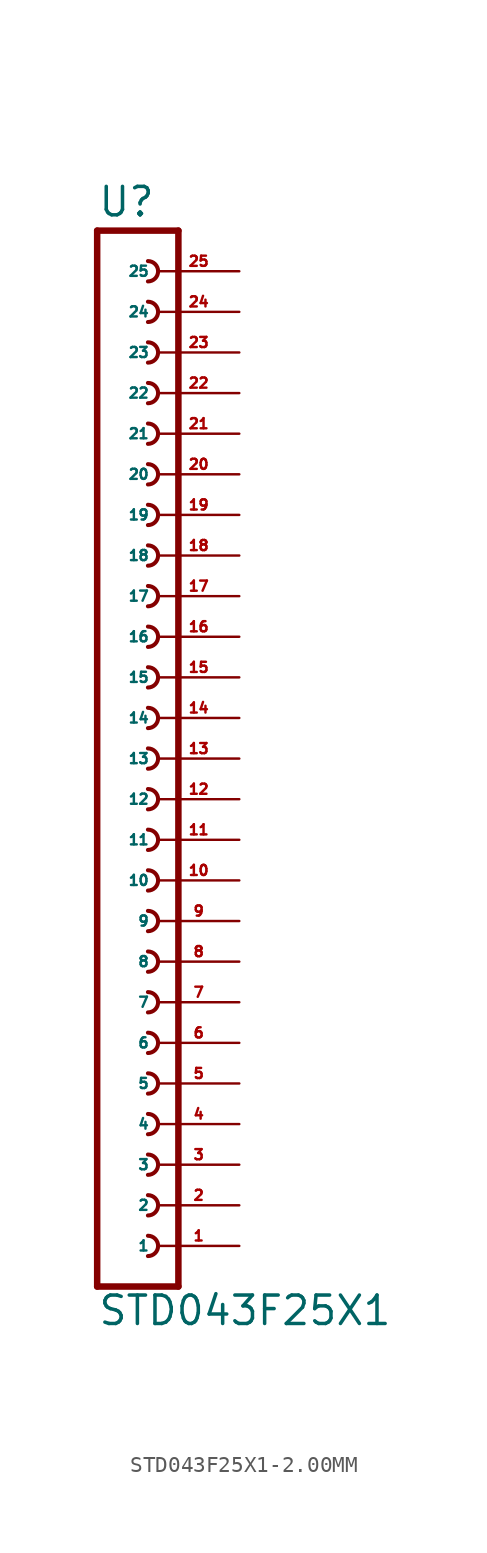
<source format=kicad_sym>
(kicad_symbol_lib
  (version 20220914)
  (generator Eagle2Kicad)
  (symbol "STD043F25X1-2.00MM"
    (property "Reference" "U"
      (at -1.27 33.782 0)
      (effects (font (size 1.778 1.778) (thickness 0.22)) (justify left bottom)))
    (property "Value" "STD043F25X1"
      (at -1.27 -35.56 0)
      (effects (font (size 1.778 1.778) (thickness 0.22)) (justify left bottom)))
    (polyline
      (pts (xy 3.81 -33.02) (xy -1.27 -33.02))
      (stroke (width 0.406) (type default))
      (fill (type none)))
    (arc
      (start 1.905 -13.335)
      (mid 2.540 -12.700)
      (end 1.905 -12.065)
      (stroke (width 0.254) (type default))
      (fill (type none)))
    (arc
      (start 1.905 -15.875)
      (mid 2.540 -15.240)
      (end 1.905 -14.605)
      (stroke (width 0.254) (type default))
      (fill (type none)))
    (arc
      (start 1.905 -18.415)
      (mid 2.540 -17.780)
      (end 1.905 -17.145)
      (stroke (width 0.254) (type default))
      (fill (type none)))
    (arc
      (start 1.905 -8.255)
      (mid 2.540 -7.620)
      (end 1.905 -6.985)
      (stroke (width 0.254) (type default))
      (fill (type none)))
    (arc
      (start 1.905 -10.795)
      (mid 2.540 -10.160)
      (end 1.905 -9.525)
      (stroke (width 0.254) (type default))
      (fill (type none)))
    (arc
      (start 1.905 -0.635)
      (mid 2.540 0.000)
      (end 1.905 0.635)
      (stroke (width 0.254) (type default))
      (fill (type none)))
    (arc
      (start 1.905 -3.175)
      (mid 2.540 -2.540)
      (end 1.905 -1.905)
      (stroke (width 0.254) (type default))
      (fill (type none)))
    (arc
      (start 1.905 -5.715)
      (mid 2.540 -5.080)
      (end 1.905 -4.445)
      (stroke (width 0.254) (type default))
      (fill (type none)))
    (arc
      (start 1.905 4.445)
      (mid 2.540 5.080)
      (end 1.905 5.715)
      (stroke (width 0.254) (type default))
      (fill (type none)))
    (arc
      (start 1.905 1.905)
      (mid 2.540 2.540)
      (end 1.905 3.175)
      (stroke (width 0.254) (type default))
      (fill (type none)))
    (arc
      (start 1.905 12.065)
      (mid 2.540 12.700)
      (end 1.905 13.335)
      (stroke (width 0.254) (type default))
      (fill (type none)))
    (arc
      (start 1.905 9.525)
      (mid 2.540 10.160)
      (end 1.905 10.795)
      (stroke (width 0.254) (type default))
      (fill (type none)))
    (arc
      (start 1.905 6.985)
      (mid 2.540 7.620)
      (end 1.905 8.255)
      (stroke (width 0.254) (type default))
      (fill (type none)))
    (arc
      (start 1.905 17.145)
      (mid 2.540 17.780)
      (end 1.905 18.415)
      (stroke (width 0.254) (type default))
      (fill (type none)))
    (arc
      (start 1.905 14.605)
      (mid 2.540 15.240)
      (end 1.905 15.875)
      (stroke (width 0.254) (type default))
      (fill (type none)))
    (polyline
      (pts (xy -1.27 33.02) (xy -1.27 -33.02))
      (stroke (width 0.406) (type default))
      (fill (type none)))
    (polyline
      (pts (xy 3.81 -33.02) (xy 3.81 33.02))
      (stroke (width 0.406) (type default))
      (fill (type none)))
    (polyline
      (pts (xy -1.27 33.02) (xy 3.81 33.02))
      (stroke (width 0.406) (type default))
      (fill (type none)))
    (arc
      (start 1.905 19.685)
      (mid 2.540 20.320)
      (end 1.905 20.955)
      (stroke (width 0.254) (type default))
      (fill (type none)))
    (arc
      (start 1.905 -20.955)
      (mid 2.540 -20.320)
      (end 1.905 -19.685)
      (stroke (width 0.254) (type default))
      (fill (type none)))
    (arc
      (start 1.905 22.225)
      (mid 2.540 22.860)
      (end 1.905 23.495)
      (stroke (width 0.254) (type default))
      (fill (type none)))
    (arc
      (start 1.905 -23.495)
      (mid 2.540 -22.860)
      (end 1.905 -22.225)
      (stroke (width 0.254) (type default))
      (fill (type none)))
    (arc
      (start 1.905 24.765)
      (mid 2.540 25.400)
      (end 1.905 26.035)
      (stroke (width 0.254) (type default))
      (fill (type none)))
    (arc
      (start 1.905 27.305)
      (mid 2.540 27.940)
      (end 1.905 28.575)
      (stroke (width 0.254) (type default))
      (fill (type none)))
    (arc
      (start 1.905 29.845)
      (mid 2.540 30.480)
      (end 1.905 31.115)
      (stroke (width 0.254) (type default))
      (fill (type none)))
    (arc
      (start 1.905 -26.035)
      (mid 2.540 -25.400)
      (end 1.905 -24.765)
      (stroke (width 0.254) (type default))
      (fill (type none)))
    (arc
      (start 1.905 -28.575)
      (mid 2.540 -27.940)
      (end 1.905 -27.305)
      (stroke (width 0.254) (type default))
      (fill (type none)))
    (arc
      (start 1.905 -31.115)
      (mid 2.540 -30.480)
      (end 1.905 -29.845)
      (stroke (width 0.254) (type default))
      (fill (type none)))
    (pin passive line
      (at 7.62 -30.48 180)
      (length 5.08)
      (name "1" (effects (font (size 0.635 0.635) (thickness 0.08)) (justify left bottom)))
      (number "1" (effects (font (size 0.635 0.635) (thickness 0.08)) (justify left bottom))))
    (pin passive line
      (at 7.62 -27.94 180)
      (length 5.08)
      (name "2" (effects (font (size 0.635 0.635) (thickness 0.08)) (justify left bottom)))
      (number "2" (effects (font (size 0.635 0.635) (thickness 0.08)) (justify left bottom))))
    (pin passive line
      (at 7.62 -25.4 180)
      (length 5.08)
      (name "3" (effects (font (size 0.635 0.635) (thickness 0.08)) (justify left bottom)))
      (number "3" (effects (font (size 0.635 0.635) (thickness 0.08)) (justify left bottom))))
    (pin passive line
      (at 7.62 -22.86 180)
      (length 5.08)
      (name "4" (effects (font (size 0.635 0.635) (thickness 0.08)) (justify left bottom)))
      (number "4" (effects (font (size 0.635 0.635) (thickness 0.08)) (justify left bottom))))
    (pin passive line
      (at 7.62 -20.32 180)
      (length 5.08)
      (name "5" (effects (font (size 0.635 0.635) (thickness 0.08)) (justify left bottom)))
      (number "5" (effects (font (size 0.635 0.635) (thickness 0.08)) (justify left bottom))))
    (pin passive line
      (at 7.62 -17.78 180)
      (length 5.08)
      (name "6" (effects (font (size 0.635 0.635) (thickness 0.08)) (justify left bottom)))
      (number "6" (effects (font (size 0.635 0.635) (thickness 0.08)) (justify left bottom))))
    (pin passive line
      (at 7.62 -15.24 180)
      (length 5.08)
      (name "7" (effects (font (size 0.635 0.635) (thickness 0.08)) (justify left bottom)))
      (number "7" (effects (font (size 0.635 0.635) (thickness 0.08)) (justify left bottom))))
    (pin passive line
      (at 7.62 -12.7 180)
      (length 5.08)
      (name "8" (effects (font (size 0.635 0.635) (thickness 0.08)) (justify left bottom)))
      (number "8" (effects (font (size 0.635 0.635) (thickness 0.08)) (justify left bottom))))
    (pin passive line
      (at 7.62 -10.16 180)
      (length 5.08)
      (name "9" (effects (font (size 0.635 0.635) (thickness 0.08)) (justify left bottom)))
      (number "9" (effects (font (size 0.635 0.635) (thickness 0.08)) (justify left bottom))))
    (pin passive line
      (at 7.62 -7.62 180)
      (length 5.08)
      (name "10" (effects (font (size 0.635 0.635) (thickness 0.08)) (justify left bottom)))
      (number "10" (effects (font (size 0.635 0.635) (thickness 0.08)) (justify left bottom))))
    (pin passive line
      (at 7.62 -5.08 180)
      (length 5.08)
      (name "11" (effects (font (size 0.635 0.635) (thickness 0.08)) (justify left bottom)))
      (number "11" (effects (font (size 0.635 0.635) (thickness 0.08)) (justify left bottom))))
    (pin passive line
      (at 7.62 -2.54 180)
      (length 5.08)
      (name "12" (effects (font (size 0.635 0.635) (thickness 0.08)) (justify left bottom)))
      (number "12" (effects (font (size 0.635 0.635) (thickness 0.08)) (justify left bottom))))
    (pin passive line
      (at 7.62 0 180)
      (length 5.08)
      (name "13" (effects (font (size 0.635 0.635) (thickness 0.08)) (justify left bottom)))
      (number "13" (effects (font (size 0.635 0.635) (thickness 0.08)) (justify left bottom))))
    (pin passive line
      (at 7.62 2.54 180)
      (length 5.08)
      (name "14" (effects (font (size 0.635 0.635) (thickness 0.08)) (justify left bottom)))
      (number "14" (effects (font (size 0.635 0.635) (thickness 0.08)) (justify left bottom))))
    (pin passive line
      (at 7.62 5.08 180)
      (length 5.08)
      (name "15" (effects (font (size 0.635 0.635) (thickness 0.08)) (justify left bottom)))
      (number "15" (effects (font (size 0.635 0.635) (thickness 0.08)) (justify left bottom))))
    (pin passive line
      (at 7.62 7.62 180)
      (length 5.08)
      (name "16" (effects (font (size 0.635 0.635) (thickness 0.08)) (justify left bottom)))
      (number "16" (effects (font (size 0.635 0.635) (thickness 0.08)) (justify left bottom))))
    (pin passive line
      (at 7.62 10.16 180)
      (length 5.08)
      (name "17" (effects (font (size 0.635 0.635) (thickness 0.08)) (justify left bottom)))
      (number "17" (effects (font (size 0.635 0.635) (thickness 0.08)) (justify left bottom))))
    (pin passive line
      (at 7.62 12.7 180)
      (length 5.08)
      (name "18" (effects (font (size 0.635 0.635) (thickness 0.08)) (justify left bottom)))
      (number "18" (effects (font (size 0.635 0.635) (thickness 0.08)) (justify left bottom))))
    (pin passive line
      (at 7.62 15.24 180)
      (length 5.08)
      (name "19" (effects (font (size 0.635 0.635) (thickness 0.08)) (justify left bottom)))
      (number "19" (effects (font (size 0.635 0.635) (thickness 0.08)) (justify left bottom))))
    (pin passive line
      (at 7.62 17.78 180)
      (length 5.08)
      (name "20" (effects (font (size 0.635 0.635) (thickness 0.08)) (justify left bottom)))
      (number "20" (effects (font (size 0.635 0.635) (thickness 0.08)) (justify left bottom))))
    (pin passive line
      (at 7.62 20.32 180)
      (length 5.08)
      (name "21" (effects (font (size 0.635 0.635) (thickness 0.08)) (justify left bottom)))
      (number "21" (effects (font (size 0.635 0.635) (thickness 0.08)) (justify left bottom))))
    (pin passive line
      (at 7.62 22.86 180)
      (length 5.08)
      (name "22" (effects (font (size 0.635 0.635) (thickness 0.08)) (justify left bottom)))
      (number "22" (effects (font (size 0.635 0.635) (thickness 0.08)) (justify left bottom))))
    (pin passive line
      (at 7.62 25.4 180)
      (length 5.08)
      (name "23" (effects (font (size 0.635 0.635) (thickness 0.08)) (justify left bottom)))
      (number "23" (effects (font (size 0.635 0.635) (thickness 0.08)) (justify left bottom))))
    (pin passive line
      (at 7.62 27.94 180)
      (length 5.08)
      (name "24" (effects (font (size 0.635 0.635) (thickness 0.08)) (justify left bottom)))
      (number "24" (effects (font (size 0.635 0.635) (thickness 0.08)) (justify left bottom))))
    (pin passive line
      (at 7.62 30.48 180)
      (length 5.08)
      (name "25" (effects (font (size 0.635 0.635) (thickness 0.08)) (justify left bottom)))
      (number "25" (effects (font (size 0.635 0.635) (thickness 0.08)) (justify left bottom))))))
</source>
